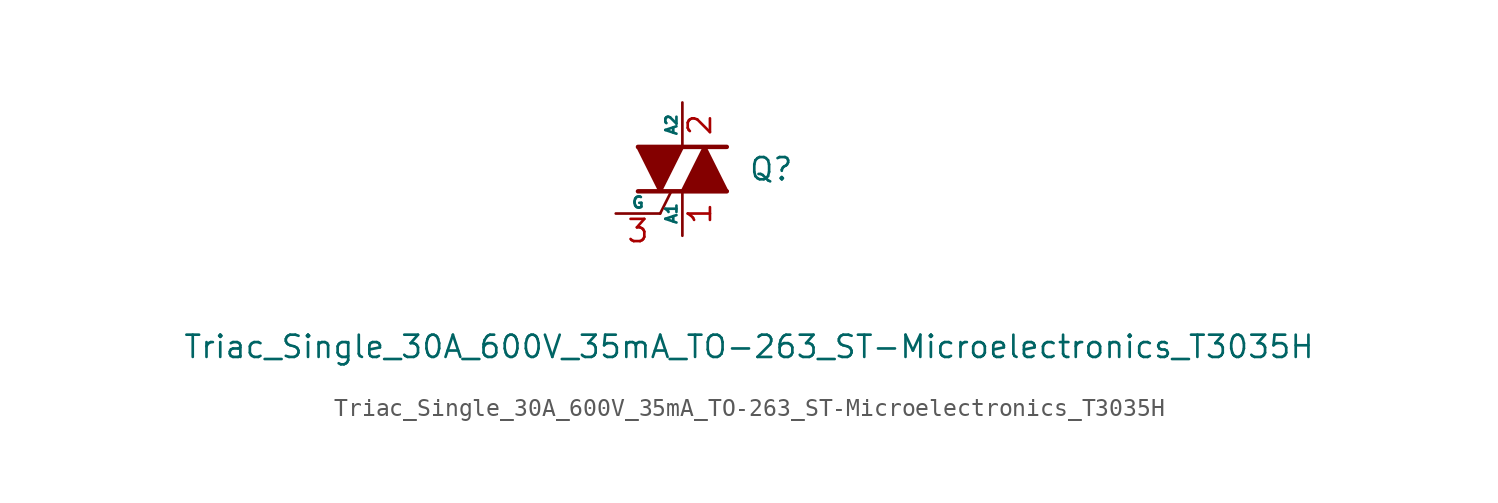
<source format=kicad_sym>
(kicad_symbol_lib
  (version 20231120)
  (generator "kicad_symbol_editor")
  (generator_version "8.0")
  (symbol "Triac_Single_30A_600V_35mA_TO-263_ST-Microelectronics_T3035H"
    (pin_names
      (offset 0))
    (property "Reference" "Q"
      (at 5.08 0 0)
      (effects (font (size 1.27 1.27))))
    (property "Value" "Triac_Single_30A_600V_35mA_TO-263_ST-Microelectronics_T3035H"
      (at 3.81 -10.16 0)
      (effects (font (size 1.27 1.27))))
    (symbol "Triac_Single_30A_600V_35mA_TO-263_ST-Microelectronics_T3035H_1_1"
      (polyline (pts (xy -2.54 -1.27) (xy 2.54 -1.27)) (stroke (width 0.254) (type default)) (fill (type none)))
      (polyline (pts (xy -2.54 1.27) (xy 2.54 1.27)) (stroke (width 0.254) (type default)) (fill (type outline)))
      (polyline (pts (xy -1.27 -2.54) (xy -0.635 -1.27)) (stroke (width 0) (type default)) (fill (type none)))
      (polyline (pts (xy -2.54 1.27) (xy -1.27 -1.27) (xy 0 1.27) (xy -2.54 1.27)) (stroke (width 0.203) (type default)) (fill (type outline)))
      (polyline (pts (xy 2.54 -1.27) (xy 1.27 1.27) (xy 0 -1.27) (xy 2.54 -1.27)) (stroke (width 0.203) (type default)) (fill (type outline)))
      (pin passive line (at 0 -3.81 90) (length 2.54) (name "A1" (effects (font (size 0.635 0.635)))) (number "1" (effects (font (size 1.27 1.27)))))
      (pin passive line (at 0 3.81 270) (length 2.54) (name "A2" (effects (font (size 0.635 0.635)))) (number "2" (effects (font (size 1.27 1.27)))))
      (pin input line (at -3.81 -2.54 0) (length 2.54) (name "G" (effects (font (size 0.635 0.635)))) (number "3" (effects (font (size 1.27 1.27))))))))
</source>
